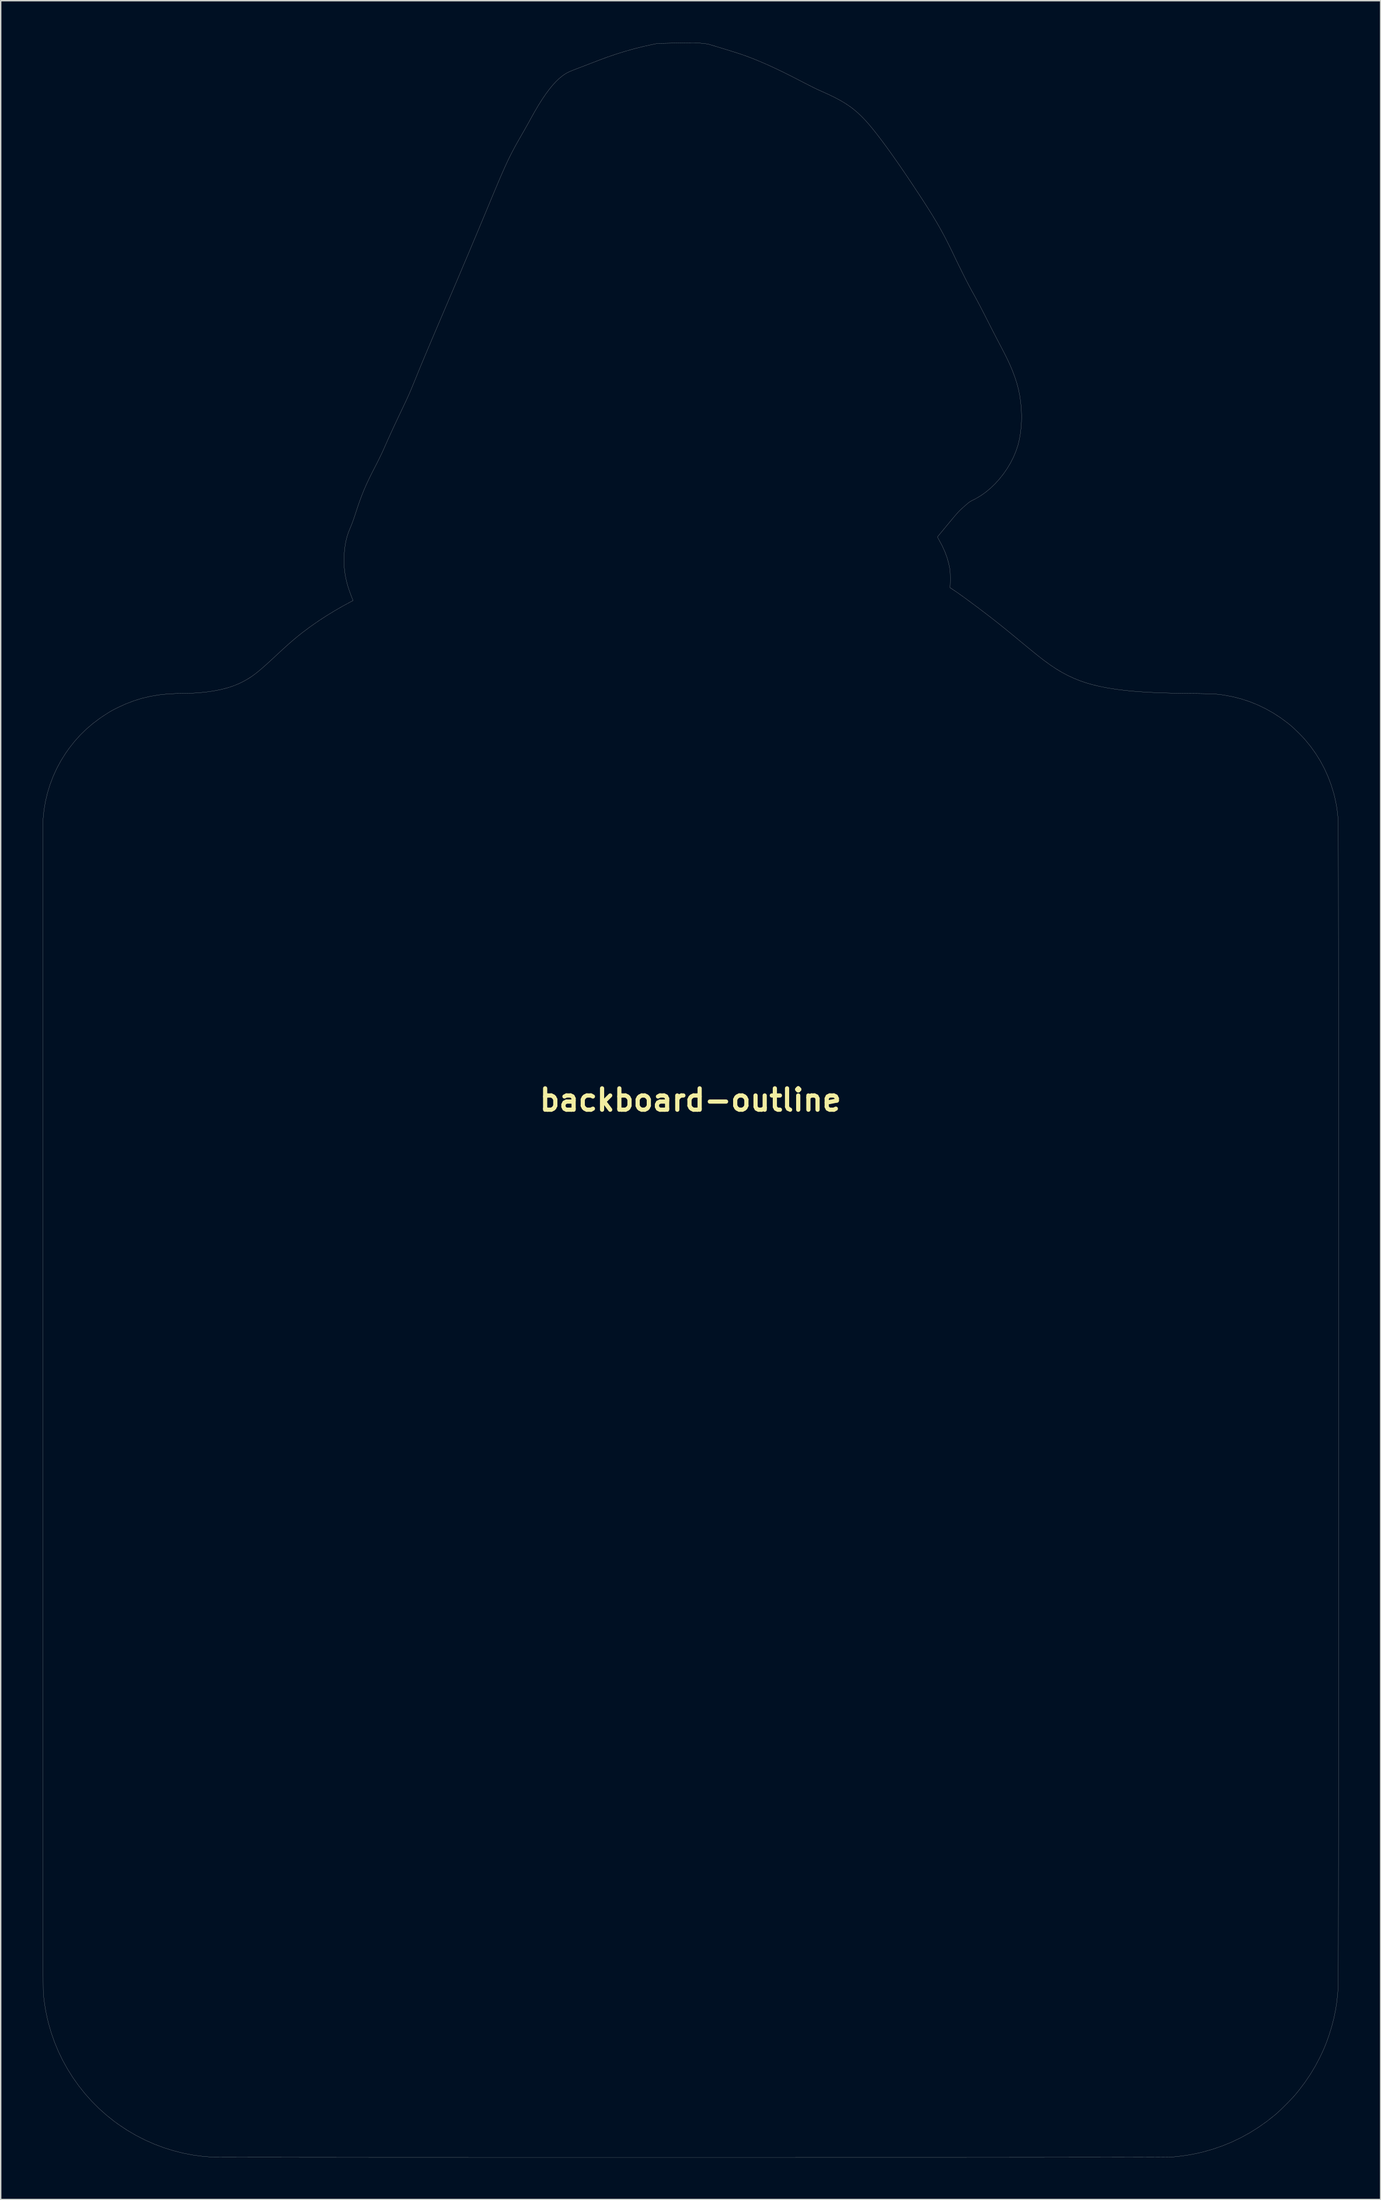
<source format=kicad_pcb>
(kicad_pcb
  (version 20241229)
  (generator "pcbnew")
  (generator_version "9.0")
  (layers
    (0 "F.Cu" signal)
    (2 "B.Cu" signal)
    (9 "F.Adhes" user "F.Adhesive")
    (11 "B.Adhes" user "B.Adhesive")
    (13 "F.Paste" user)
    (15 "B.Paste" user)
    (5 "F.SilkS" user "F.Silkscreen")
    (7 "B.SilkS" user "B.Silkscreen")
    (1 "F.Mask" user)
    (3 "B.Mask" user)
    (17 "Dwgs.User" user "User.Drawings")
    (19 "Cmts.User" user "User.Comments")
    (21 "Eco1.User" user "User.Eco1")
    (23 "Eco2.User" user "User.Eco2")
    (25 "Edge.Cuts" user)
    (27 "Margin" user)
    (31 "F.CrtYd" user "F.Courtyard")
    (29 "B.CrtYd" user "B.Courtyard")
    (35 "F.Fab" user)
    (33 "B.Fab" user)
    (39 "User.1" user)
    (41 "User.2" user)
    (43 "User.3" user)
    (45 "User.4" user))
  (footprint "backboard-outline"
    (layer "F.Cu")
    (at 46.251 75.469)
    (property "Reference" "backboard-outline" (at 0 0 0) (layer "F.SilkS") (effects (font (size 1.524 1.524) (thickness 0.3))))
    (attr through_hole)
    (fp_poly (pts (xy 0.296 -75.464) (xy 0.386 -75.462) (xy 0.465 -75.459) (xy 0.537 -75.455) (xy 0.606 -75.449) (xy 0.677 -75.442) (xy 0.752 -75.434) (xy 0.826 -75.426) (xy 1.238 -75.379) (xy 2.223 -75.082) (xy 2.438 -75.016) (xy 2.658 -74.949) (xy 2.874 -74.882) (xy 3.081 -74.817) (xy 3.272 -74.757) (xy 3.439 -74.703) (xy 3.578 -74.657) (xy 3.651 -74.633) (xy 4.097 -74.473) (xy 4.559 -74.295) (xy 5.039 -74.097) (xy 5.541 -73.877) (xy 6.067 -73.636) (xy 6.618 -73.371) (xy 7.199 -73.081) (xy 7.584 -72.884) (xy 7.845 -72.749) (xy 8.072 -72.632) (xy 8.269 -72.531) (xy 8.44 -72.444) (xy 8.588 -72.368) (xy 8.718 -72.303) (xy 8.833 -72.246) (xy 8.937 -72.196) (xy 9.034 -72.15) (xy 9.128 -72.107) (xy 9.221 -72.064) (xy 9.319 -72.02) (xy 9.366 -71.999) (xy 9.761 -71.821) (xy 10.12 -71.651) (xy 10.446 -71.486) (xy 10.744 -71.324) (xy 11.018 -71.161) (xy 11.272 -70.996) (xy 11.511 -70.824) (xy 11.738 -70.644) (xy 11.959 -70.453) (xy 12.176 -70.247) (xy 12.395 -70.024) (xy 12.482 -69.932) (xy 12.678 -69.714) (xy 12.894 -69.46) (xy 13.128 -69.171) (xy 13.381 -68.849) (xy 13.65 -68.495) (xy 13.936 -68.11) (xy 14.237 -67.696) (xy 14.552 -67.252) (xy 14.881 -66.782) (xy 15.222 -66.285) (xy 15.575 -65.764) (xy 15.886 -65.299) (xy 16.162 -64.881) (xy 16.417 -64.494) (xy 16.651 -64.135) (xy 16.866 -63.8) (xy 17.065 -63.486) (xy 17.25 -63.189) (xy 17.422 -62.907) (xy 17.584 -62.634) (xy 17.738 -62.369) (xy 17.885 -62.107) (xy 18.028 -61.846) (xy 18.169 -61.581) (xy 18.309 -61.31) (xy 18.451 -61.028) (xy 18.597 -60.733) (xy 18.748 -60.421) (xy 18.819 -60.272) (xy 19.019 -59.857) (xy 19.212 -59.461) (xy 19.398 -59.086) (xy 19.573 -58.735) (xy 19.738 -58.413) (xy 19.891 -58.12) (xy 20.029 -57.862) (xy 20.124 -57.69) (xy 20.228 -57.503) (xy 20.328 -57.321) (xy 20.426 -57.141) (xy 20.525 -56.956) (xy 20.627 -56.764) (xy 20.735 -56.558) (xy 20.851 -56.334) (xy 20.977 -56.088) (xy 21.117 -55.814) (xy 21.272 -55.509) (xy 21.315 -55.425) (xy 21.418 -55.222) (xy 21.526 -55.01) (xy 21.635 -54.798) (xy 21.742 -54.592) (xy 21.841 -54.399) (xy 21.931 -54.227) (xy 22.007 -54.082) (xy 22.035 -54.028) (xy 22.2 -53.715) (xy 22.346 -53.433) (xy 22.475 -53.179) (xy 22.59 -52.948) (xy 22.693 -52.734) (xy 22.785 -52.533) (xy 22.87 -52.341) (xy 22.949 -52.152) (xy 23.008 -52.007) (xy 23.173 -51.563) (xy 23.31 -51.138) (xy 23.42 -50.719) (xy 23.505 -50.296) (xy 23.569 -49.859) (xy 23.614 -49.397) (xy 23.624 -49.253) (xy 23.638 -48.832) (xy 23.631 -48.404) (xy 23.601 -47.977) (xy 23.552 -47.559) (xy 23.482 -47.161) (xy 23.394 -46.791) (xy 23.379 -46.738) (xy 23.237 -46.311) (xy 23.06 -45.89) (xy 22.85 -45.477) (xy 22.611 -45.077) (xy 22.345 -44.692) (xy 22.055 -44.327) (xy 21.745 -43.984) (xy 21.416 -43.669) (xy 21.072 -43.383) (xy 20.716 -43.132) (xy 20.351 -42.917) (xy 20.243 -42.862) (xy 20.142 -42.813) (xy 20.061 -42.77) (xy 19.991 -42.731) (xy 19.927 -42.69) (xy 19.862 -42.643) (xy 19.789 -42.584) (xy 19.701 -42.509) (xy 19.592 -42.413) (xy 19.526 -42.355) (xy 19.44 -42.278) (xy 19.364 -42.209) (xy 19.295 -42.146) (xy 19.23 -42.083) (xy 19.166 -42.018) (xy 19.099 -41.947) (xy 19.026 -41.866) (xy 18.944 -41.772) (xy 18.849 -41.661) (xy 18.738 -41.53) (xy 18.608 -41.375) (xy 18.456 -41.192) (xy 18.387 -41.109) (xy 18.248 -40.941) (xy 18.117 -40.783) (xy 17.996 -40.637) (xy 17.889 -40.507) (xy 17.797 -40.396) (xy 17.724 -40.307) (xy 17.671 -40.242) (xy 17.642 -40.205) (xy 17.636 -40.197) (xy 17.644 -40.173) (xy 17.669 -40.121) (xy 17.707 -40.049) (xy 17.739 -39.992) (xy 17.972 -39.559) (xy 18.166 -39.134) (xy 18.321 -38.713) (xy 18.439 -38.294) (xy 18.504 -37.973) (xy 18.521 -37.869) (xy 18.533 -37.769) (xy 18.542 -37.664) (xy 18.547 -37.544) (xy 18.55 -37.399) (xy 18.551 -37.232) (xy 18.551 -37.089) (xy 18.549 -36.954) (xy 18.547 -36.837) (xy 18.543 -36.744) (xy 18.539 -36.682) (xy 18.537 -36.668) (xy 18.521 -36.58) (xy 18.923 -36.312) (xy 19.036 -36.235) (xy 19.178 -36.135) (xy 19.346 -36.015) (xy 19.536 -35.878) (xy 19.743 -35.727) (xy 19.963 -35.565) (xy 20.193 -35.394) (xy 20.428 -35.219) (xy 20.665 -35.041) (xy 20.9 -34.863) (xy 21.128 -34.689) (xy 21.346 -34.522) (xy 21.505 -34.399) (xy 21.723 -34.229) (xy 21.945 -34.053) (xy 22.174 -33.87) (xy 22.416 -33.676) (xy 22.673 -33.467) (xy 22.95 -33.24) (xy 23.252 -32.991) (xy 23.537 -32.755) (xy 23.826 -32.517) (xy 24.085 -32.303) (xy 24.318 -32.113) (xy 24.527 -31.943) (xy 24.715 -31.791) (xy 24.886 -31.656) (xy 25.041 -31.534) (xy 25.184 -31.424) (xy 25.284 -31.349) (xy 25.701 -31.046) (xy 26.113 -30.773) (xy 26.524 -30.526) (xy 26.938 -30.306) (xy 27.36 -30.109) (xy 27.794 -29.934) (xy 28.244 -29.78) (xy 28.714 -29.644) (xy 29.21 -29.526) (xy 29.735 -29.423) (xy 30.294 -29.333) (xy 30.649 -29.285) (xy 30.964 -29.248) (xy 31.285 -29.213) (xy 31.616 -29.182) (xy 31.96 -29.154) (xy 32.32 -29.129) (xy 32.699 -29.107) (xy 33.1 -29.087) (xy 33.526 -29.07) (xy 33.981 -29.055) (xy 34.467 -29.042) (xy 34.988 -29.031) (xy 35.547 -29.022) (xy 35.803 -29.019) (xy 36.115 -29.015) (xy 36.389 -29.011) (xy 36.628 -29.007) (xy 36.836 -29.003) (xy 37.018 -28.998) (xy 37.177 -28.993) (xy 37.318 -28.987) (xy 37.444 -28.979) (xy 37.559 -28.971) (xy 37.667 -28.961) (xy 37.773 -28.949) (xy 37.879 -28.935) (xy 37.991 -28.92) (xy 38.1 -28.903) (xy 38.716 -28.789) (xy 39.322 -28.634) (xy 39.917 -28.439) (xy 40.5 -28.204) (xy 41.068 -27.931) (xy 41.62 -27.62) (xy 42.155 -27.271) (xy 42.67 -26.887) (xy 42.827 -26.759) (xy 42.954 -26.649) (xy 43.1 -26.515) (xy 43.259 -26.364) (xy 43.423 -26.203) (xy 43.583 -26.041) (xy 43.733 -25.884) (xy 43.864 -25.74) (xy 43.884 -25.718) (xy 44.281 -25.234) (xy 44.645 -24.724) (xy 44.976 -24.191) (xy 45.271 -23.637) (xy 45.53 -23.064) (xy 45.751 -22.474) (xy 45.933 -21.871) (xy 45.985 -21.666) (xy 46.068 -21.298) (xy 46.134 -20.946) (xy 46.184 -20.596) (xy 46.222 -20.234) (xy 46.248 -19.845) (xy 46.249 -19.833) (xy 46.249 -19.796) (xy 46.25 -19.718) (xy 46.251 -19.598) (xy 46.252 -19.439) (xy 46.253 -19.241) (xy 46.253 -19.004) (xy 46.254 -18.73) (xy 46.255 -18.418) (xy 46.255 -18.071) (xy 46.256 -17.689) (xy 46.257 -17.272) (xy 46.257 -16.821) (xy 46.258 -16.338) (xy 46.259 -15.822) (xy 46.259 -15.275) (xy 46.26 -14.698) (xy 46.26 -14.091) (xy 46.261 -13.455) (xy 46.261 -12.791) (xy 46.262 -12.1) (xy 46.263 -11.382) (xy 46.263 -10.638) (xy 46.263 -9.869) (xy 46.264 -9.076) (xy 46.264 -8.26) (xy 46.265 -7.421) (xy 46.265 -6.56) (xy 46.266 -5.678) (xy 46.266 -4.776) (xy 46.266 -3.855) (xy 46.267 -2.914) (xy 46.267 -1.956) (xy 46.267 -0.981) (xy 46.268 0.01) (xy 46.268 1.017) (xy 46.268 2.039) (xy 46.269 3.075) (xy 46.269 4.124) (xy 46.269 5.185) (xy 46.269 6.258) (xy 46.269 7.341) (xy 46.27 8.435) (xy 46.27 9.538) (xy 46.27 10.649) (xy 46.27 11.768) (xy 46.27 12.893) (xy 46.27 14.025) (xy 46.27 15.162) (xy 46.271 16.303) (xy 46.271 17.448) (xy 46.271 18.596) (xy 46.271 19.747) (xy 46.271 20.898) (xy 46.271 22.05) (xy 46.271 23.202) (xy 46.271 24.352) (xy 46.271 25.501) (xy 46.271 26.647) (xy 46.27 27.79) (xy 46.27 28.929) (xy 46.27 30.062) (xy 46.27 31.19) (xy 46.27 32.312) (xy 46.27 33.425) (xy 46.27 34.531) (xy 46.269 35.628) (xy 46.269 36.715) (xy 46.269 37.792) (xy 46.269 38.857) (xy 46.269 39.91) (xy 46.268 40.951) (xy 46.268 41.977) (xy 46.268 42.99) (xy 46.267 43.987) (xy 46.267 44.968) (xy 46.267 45.932) (xy 46.266 46.878) (xy 46.266 47.806) (xy 46.266 48.715) (xy 46.265 49.604) (xy 46.265 50.472) (xy 46.264 51.319) (xy 46.264 52.143) (xy 46.264 52.944) (xy 46.263 53.722) (xy 46.263 54.474) (xy 46.262 55.201) (xy 46.262 55.902) (xy 46.261 56.576) (xy 46.261 57.222) (xy 46.26 57.839) (xy 46.259 58.427) (xy 46.259 58.984) (xy 46.258 59.511) (xy 46.258 60.005) (xy 46.257 60.467) (xy 46.256 60.896) (xy 46.256 61.291) (xy 46.255 61.65) (xy 46.254 61.974) (xy 46.253 62.261) (xy 46.253 62.511) (xy 46.252 62.723) (xy 46.251 62.896) (xy 46.25 63.029) (xy 46.25 63.122) (xy 46.249 63.174) (xy 46.249 63.181) (xy 46.209 63.797) (xy 46.145 64.387) (xy 46.056 64.96) (xy 45.939 65.525) (xy 45.793 66.093) (xy 45.616 66.672) (xy 45.594 66.739) (xy 45.476 67.078) (xy 45.359 67.391) (xy 45.236 67.692) (xy 45.1 67.995) (xy 44.947 68.315) (xy 44.926 68.358) (xy 44.607 68.959) (xy 44.257 69.542) (xy 43.872 70.111) (xy 43.45 70.671) (xy 43.231 70.94) (xy 43.129 71.059) (xy 43.001 71.199) (xy 42.852 71.356) (xy 42.69 71.524) (xy 42.52 71.696) (xy 42.348 71.868) (xy 42.179 72.032) (xy 42.019 72.183) (xy 41.875 72.315) (xy 41.752 72.423) (xy 41.744 72.43) (xy 41.157 72.896) (xy 40.552 73.324) (xy 39.929 73.715) (xy 39.288 74.068) (xy 38.63 74.382) (xy 37.956 74.657) (xy 37.267 74.893) (xy 36.564 75.09) (xy 36.363 75.138) (xy 36.098 75.197) (xy 35.844 75.248) (xy 35.592 75.294) (xy 35.331 75.334) (xy 35.053 75.372) (xy 34.749 75.408) (xy 34.523 75.432) (xy 34.506 75.434) (xy 34.487 75.435) (xy 34.463 75.437) (xy 34.435 75.438) (xy 34.402 75.439) (xy 34.364 75.441) (xy 34.319 75.442) (xy 34.268 75.443) (xy 34.208 75.445) (xy 34.141 75.446) (xy 34.065 75.447) (xy 33.98 75.448) (xy 33.885 75.449) (xy 33.78 75.45) (xy 33.663 75.451) (xy 33.535 75.452) (xy 33.394 75.453) (xy 33.24 75.454) (xy 33.073 75.455) (xy 32.891 75.455) (xy 32.695 75.456) (xy 32.483 75.457) (xy 32.255 75.458) (xy 32.01 75.458) (xy 31.749 75.459) (xy 31.469 75.46) (xy 31.171 75.46) (xy 30.853 75.461) (xy 30.516 75.462) (xy 30.159 75.462) (xy 29.781 75.463) (xy 29.381 75.463) (xy 28.959 75.464) (xy 28.514 75.464) (xy 28.046 75.464) (xy 27.554 75.465) (xy 27.037 75.465) (xy 26.495 75.466) (xy 25.927 75.466) (xy 25.332 75.466) (xy 24.711 75.467) (xy 24.062 75.467) (xy 23.384 75.467) (xy 22.678 75.468) (xy 21.942 75.468) (xy 21.176 75.468) (xy 20.379 75.468) (xy 19.551 75.469) (xy 18.691 75.469) (xy 17.798 75.469) (xy 16.872 75.469) (xy 15.912 75.469) (xy 14.918 75.47) (xy 13.889 75.47) (xy 12.824 75.47) (xy 11.722 75.47) (xy 10.584 75.47) (xy 9.409 75.47) (xy 8.195 75.47) (xy 6.943 75.471) (xy 5.651 75.471) (xy 4.319 75.471) (xy 2.947 75.471) (xy 1.533 75.471) (xy 0.243 75.471) (xy -0.957 75.471) (xy -2.147 75.471) (xy -3.328 75.471) (xy -4.497 75.471) (xy -5.654 75.471) (xy -6.799 75.471) (xy -7.93 75.471) (xy -9.047 75.471) (xy -10.15 75.471) (xy -11.237 75.471) (xy -12.308 75.471) (xy -13.362 75.471) (xy -14.399 75.471) (xy -15.417 75.471) (xy -16.416 75.47) (xy -17.396 75.47) (xy -18.355 75.47) (xy -19.293 75.47) (xy -20.209 75.47) (xy -21.102 75.469) (xy -21.972 75.469) (xy -22.818 75.469) (xy -23.639 75.468) (xy -24.435 75.468) (xy -25.204 75.468) (xy -25.947 75.467) (xy -26.661 75.467) (xy -27.348 75.467) (xy -28.005 75.466) (xy -28.633 75.466) (xy -29.23 75.465) (xy -29.796 75.465) (xy -30.33 75.465) (xy -30.831 75.464) (xy -31.299 75.464) (xy -31.733 75.463) (xy -32.132 75.463) (xy -32.496 75.462) (xy -32.823 75.462) (xy -33.113 75.461) (xy -33.366 75.461) (xy -33.58 75.46) (xy -33.755 75.459) (xy -33.89 75.459) (xy -33.984 75.458) (xy -34.038 75.458) (xy -34.048 75.457) (xy -34.778 75.403) (xy -35.501 75.307) (xy -36.216 75.17) (xy -36.92 74.993) (xy -37.613 74.776) (xy -38.292 74.52) (xy -38.957 74.225) (xy -39.606 73.892) (xy -40.237 73.522) (xy -40.848 73.114) (xy -41.137 72.904) (xy -41.703 72.453) (xy -42.242 71.972) (xy -42.752 71.461) (xy -43.232 70.923) (xy -43.681 70.36) (xy -44.097 69.773) (xy -44.48 69.165) (xy -44.828 68.537) (xy -45.14 67.89) (xy -45.415 67.228) (xy -45.651 66.551) (xy -45.834 65.913) (xy -45.929 65.523) (xy -46.011 65.137) (xy -46.082 64.744) (xy -46.143 64.332) (xy -46.198 63.891) (xy -46.201 63.86) (xy -46.203 63.846) (xy -46.204 63.829) (xy -46.205 63.808) (xy -46.207 63.783) (xy -46.208 63.754) (xy -46.209 63.719) (xy -46.21 63.679) (xy -46.211 63.632) (xy -46.213 63.578) (xy -46.214 63.517) (xy -46.215 63.448) (xy -46.216 63.371) (xy -46.217 63.284) (xy -46.218 63.188) (xy -46.219 63.082) (xy -46.22 62.965) (xy -46.221 62.836) (xy -46.221 62.696) (xy -46.222 62.543) (xy -46.223 62.378) (xy -46.224 62.199) (xy -46.225 62.006) (xy -46.225 61.798) (xy -46.226 61.575) (xy -46.227 61.337) (xy -46.228 61.082) (xy -46.228 60.81) (xy -46.229 60.521) (xy -46.229 60.214) (xy -46.23 59.889) (xy -46.231 59.545) (xy -46.231 59.181) (xy -46.232 58.797) (xy -46.232 58.392) (xy -46.233 57.966) (xy -46.233 57.518) (xy -46.234 57.048) (xy -46.234 56.555) (xy -46.235 56.039) (xy -46.235 55.498) (xy -46.235 54.933) (xy -46.236 54.343) (xy -46.236 53.728) (xy -46.237 53.086) (xy -46.237 52.417) (xy -46.237 51.721) (xy -46.238 50.997) (xy -46.238 50.245) (xy -46.238 49.464) (xy -46.239 48.653) (xy -46.239 47.812) (xy -46.239 46.941) (xy -46.239 46.038) (xy -46.24 45.104) (xy -46.24 44.137) (xy -46.24 43.138) (xy -46.241 42.105) (xy -46.241 41.038) (xy -46.241 39.937) (xy -46.241 38.801) (xy -46.242 37.629) (xy -46.242 36.421) (xy -46.242 35.176) (xy -46.242 33.894) (xy -46.243 32.574) (xy -46.243 31.216) (xy -46.243 29.819) (xy -46.243 28.383) (xy -46.244 26.906) (xy -46.244 25.389) (xy -46.244 23.831) (xy -46.244 22.231) (xy -46.244 21.918) (xy -46.245 20.166) (xy -46.245 18.457) (xy -46.245 16.789) (xy -46.245 15.162) (xy -46.246 13.577) (xy -46.246 12.033) (xy -46.246 10.529) (xy -46.246 9.065) (xy -46.246 7.641) (xy -46.246 6.257) (xy -46.246 4.912) (xy -46.246 3.607) (xy -46.246 2.34) (xy -46.246 1.111) (xy -46.246 -0.079) (xy -46.246 -1.232) (xy -46.246 -2.347) (xy -46.246 -3.424) (xy -46.246 -4.465) (xy -46.246 -5.469) (xy -46.245 -6.437) (xy -46.245 -7.368) (xy -46.245 -8.264) (xy -46.245 -9.125) (xy -46.244 -9.95) (xy -46.244 -10.74) (xy -46.244 -11.496) (xy -46.243 -12.217) (xy -46.243 -12.905) (xy -46.243 -13.559) (xy -46.242 -14.179) (xy -46.242 -14.767) (xy -46.241 -15.321) (xy -46.241 -15.843) (xy -46.24 -16.333) (xy -46.24 -16.791) (xy -46.239 -17.217) (xy -46.238 -17.613) (xy -46.238 -17.977) (xy -46.237 -18.31) (xy -46.236 -18.613) (xy -46.236 -18.886) (xy -46.235 -19.129) (xy -46.234 -19.343) (xy -46.233 -19.527) (xy -46.232 -19.683) (xy -46.232 -19.81) (xy -46.231 -19.908) (xy -46.23 -19.979) (xy -46.229 -20.022) (xy -46.228 -20.033) (xy -46.164 -20.672) (xy -46.059 -21.3) (xy -45.913 -21.916) (xy -45.728 -22.519) (xy -45.504 -23.108) (xy -45.242 -23.681) (xy -44.941 -24.237) (xy -44.602 -24.774) (xy -44.36 -25.116) (xy -43.975 -25.603) (xy -43.569 -26.055) (xy -43.138 -26.476) (xy -42.678 -26.869) (xy -42.186 -27.239) (xy -41.952 -27.399) (xy -41.775 -27.515) (xy -41.622 -27.613) (xy -41.484 -27.698) (xy -41.352 -27.775) (xy -41.215 -27.85) (xy -41.063 -27.928) (xy -40.888 -28.016) (xy -40.843 -28.038) (xy -40.293 -28.288) (xy -39.734 -28.5) (xy -39.163 -28.676) (xy -38.578 -28.814) (xy -37.977 -28.917) (xy -37.357 -28.984) (xy -36.716 -29.016) (xy -36.428 -29.02) (xy -35.785 -29.031) (xy -35.174 -29.065) (xy -34.597 -29.121) (xy -34.053 -29.199) (xy -33.544 -29.299) (xy -33.069 -29.42) (xy -32.629 -29.564) (xy -32.226 -29.73) (xy -31.993 -29.843) (xy -31.834 -29.929) (xy -31.682 -30.015) (xy -31.535 -30.103) (xy -31.389 -30.197) (xy -31.242 -30.299) (xy -31.09 -30.411) (xy -30.931 -30.536) (xy -30.76 -30.675) (xy -30.576 -30.832) (xy -30.375 -31.01) (xy -30.153 -31.209) (xy -29.908 -31.434) (xy -29.636 -31.685) (xy -29.612 -31.708) (xy -29.342 -31.959) (xy -29.097 -32.184) (xy -28.874 -32.386) (xy -28.669 -32.57) (xy -28.477 -32.738) (xy -28.294 -32.894) (xy -28.116 -33.042) (xy -27.939 -33.185) (xy -27.759 -33.328) (xy -27.674 -33.394) (xy -27.146 -33.788) (xy -26.583 -34.181) (xy -25.992 -34.566) (xy -25.381 -34.939) (xy -24.758 -35.296) (xy -24.306 -35.539) (xy -24.091 -35.652) (xy -24.135 -35.76) (xy -24.267 -36.098) (xy -24.378 -36.409) (xy -24.471 -36.699) (xy -24.547 -36.977) (xy -24.61 -37.249) (xy -24.661 -37.525) (xy -24.668 -37.571) (xy -24.721 -38.017) (xy -24.741 -38.48) (xy -24.729 -38.947) (xy -24.686 -39.41) (xy -24.612 -39.856) (xy -24.607 -39.878) (xy -24.526 -40.207) (xy -24.422 -40.523) (xy -24.291 -40.847) (xy -24.289 -40.852) (xy -24.219 -41.019) (xy -24.141 -41.22) (xy -24.058 -41.451) (xy -23.972 -41.703) (xy -23.929 -41.836) (xy -23.801 -42.225) (xy -23.68 -42.581) (xy -23.561 -42.911) (xy -23.442 -43.224) (xy -23.32 -43.527) (xy -23.191 -43.826) (xy -23.053 -44.13) (xy -22.902 -44.446) (xy -22.735 -44.782) (xy -22.549 -45.145) (xy -22.514 -45.212) (xy -22.415 -45.403) (xy -22.312 -45.609) (xy -22.208 -45.819) (xy -22.108 -46.025) (xy -22.016 -46.217) (xy -21.938 -46.388) (xy -21.896 -46.482) (xy -21.768 -46.771) (xy -21.643 -47.052) (xy -21.517 -47.331) (xy -21.389 -47.612) (xy -21.256 -47.902) (xy -21.114 -48.207) (xy -20.962 -48.531) (xy -20.797 -48.881) (xy -20.616 -49.263) (xy -20.584 -49.329) (xy -20.485 -49.538) (xy -20.397 -49.725) (xy -20.317 -49.894) (xy -20.244 -50.052) (xy -20.176 -50.201) (xy -20.11 -50.348) (xy -20.045 -50.496) (xy -19.979 -50.65) (xy -19.909 -50.816) (xy -19.834 -50.997) (xy -19.751 -51.198) (xy -19.658 -51.425) (xy -19.554 -51.681) (xy -19.436 -51.971) (xy -19.432 -51.984) (xy -19.376 -52.12) (xy -19.305 -52.291) (xy -19.221 -52.494) (xy -19.125 -52.724) (xy -19.018 -52.98) (xy -18.902 -53.256) (xy -18.778 -53.549) (xy -18.649 -53.856) (xy -18.515 -54.173) (xy -18.377 -54.496) (xy -18.239 -54.821) (xy -18.101 -55.146) (xy -18.045 -55.277) (xy -17.759 -55.946) (xy -17.489 -56.578) (xy -17.234 -57.176) (xy -16.993 -57.742) (xy -16.764 -58.279) (xy -16.547 -58.789) (xy -16.341 -59.275) (xy -16.145 -59.738) (xy -15.957 -60.181) (xy -15.777 -60.607) (xy -15.604 -61.018) (xy -15.437 -61.416) (xy -15.274 -61.803) (xy -15.115 -62.183) (xy -14.959 -62.556) (xy -14.804 -62.927) (xy -14.65 -63.297) (xy -14.496 -63.668) (xy -14.426 -63.836) (xy -14.241 -64.283) (xy -14.07 -64.692) (xy -13.912 -65.068) (xy -13.767 -65.413) (xy -13.632 -65.73) (xy -13.506 -66.022) (xy -13.388 -66.291) (xy -13.278 -66.54) (xy -13.172 -66.772) (xy -13.071 -66.99) (xy -12.972 -67.196) (xy -12.875 -67.393) (xy -12.778 -67.585) (xy -12.68 -67.773) (xy -12.58 -67.961) (xy -12.476 -68.152) (xy -12.367 -68.347) (xy -12.252 -68.551) (xy -12.129 -68.765) (xy -12.061 -68.883) (xy -11.956 -69.065) (xy -11.844 -69.261) (xy -11.731 -69.463) (xy -11.62 -69.659) (xy -11.518 -69.842) (xy -11.431 -70.002) (xy -11.404 -70.051) (xy -11.126 -70.55) (xy -10.856 -71.007) (xy -10.593 -71.424) (xy -10.337 -71.802) (xy -10.086 -72.14) (xy -9.842 -72.439) (xy -9.603 -72.699) (xy -9.369 -72.922) (xy -9.14 -73.108) (xy -9.049 -73.173) (xy -8.974 -73.222) (xy -8.904 -73.266) (xy -8.833 -73.308) (xy -8.757 -73.348) (xy -8.671 -73.389) (xy -8.57 -73.434) (xy -8.449 -73.484) (xy -8.305 -73.542) (xy -8.131 -73.609) (xy -7.924 -73.688) (xy -7.86 -73.713) (xy -7.662 -73.788) (xy -7.455 -73.867) (xy -7.249 -73.947) (xy -7.05 -74.023) (xy -6.867 -74.094) (xy -6.709 -74.155) (xy -6.593 -74.2) (xy -5.961 -74.436) (xy -5.307 -74.658) (xy -4.641 -74.865) (xy -3.974 -75.051) (xy -3.318 -75.214) (xy -2.773 -75.333) (xy -2.339 -75.422) (xy -0.963 -75.447) (xy -0.688 -75.452) (xy -0.451 -75.457) (xy -0.248 -75.46) (xy -0.076 -75.463) (xy 0.069 -75.464) (xy 0.192 -75.464) (xy 0.296 -75.464)) (stroke (width 0.01) (type solid)) (fill no) (layer "Edge.Cuts")))
  (gr_rect
    (start -3 -3)
    (end 95.527 153.946)
    (stroke (width 0.1) (type default))
    (fill no)
    (layer "Edge.Cuts")))
</source>
